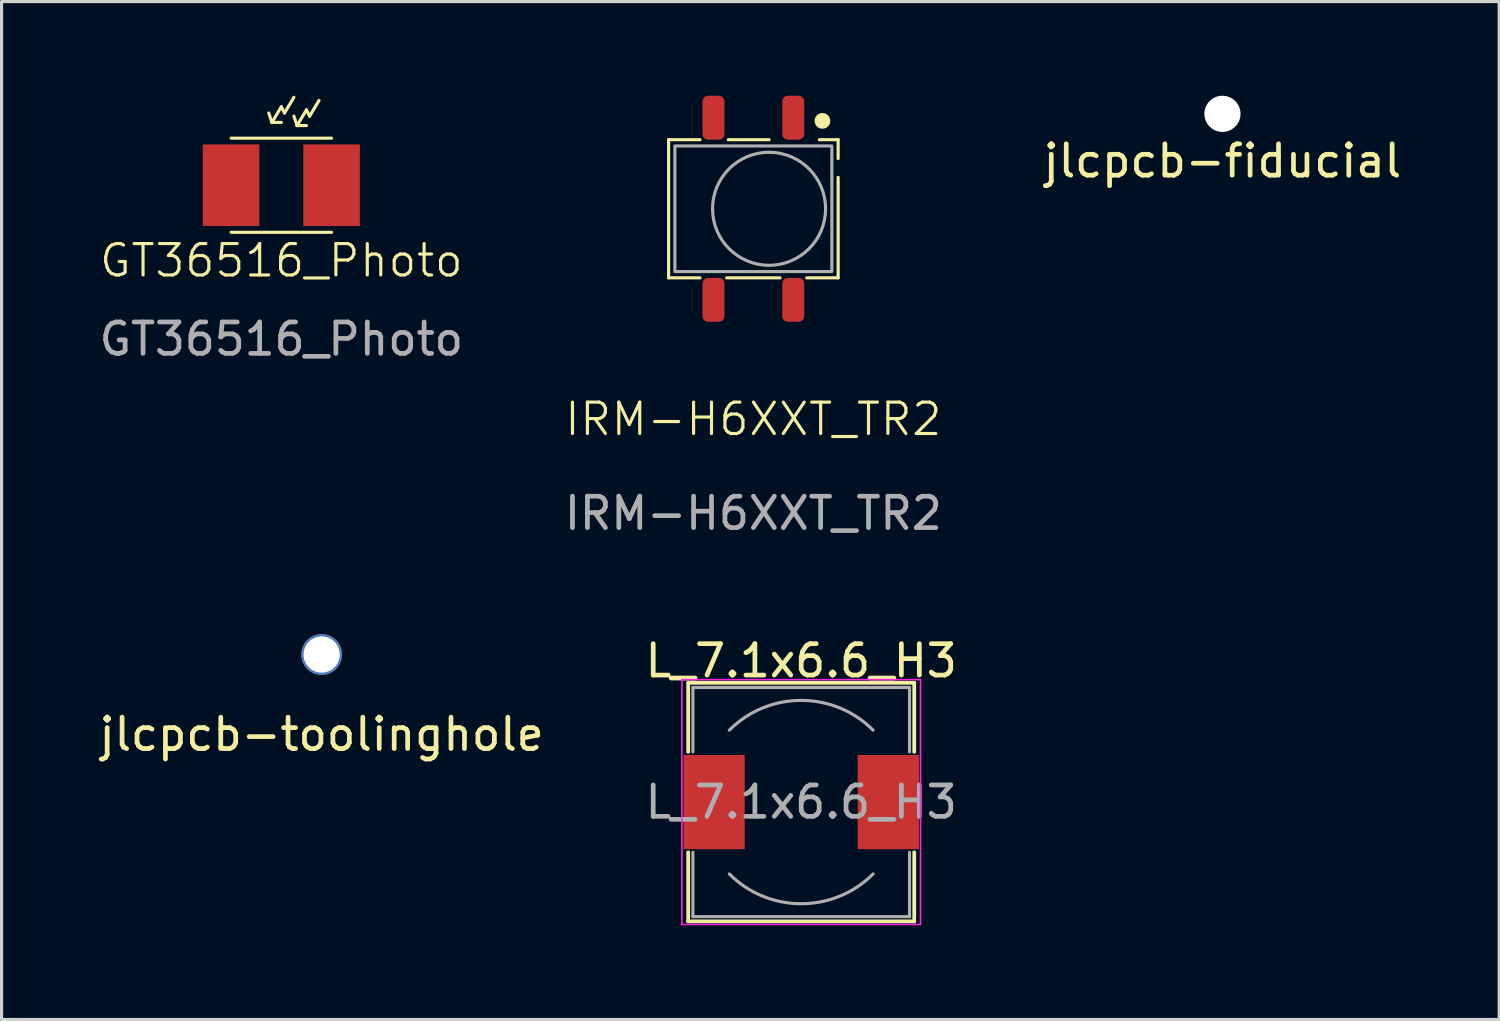
<source format=kicad_pcb>
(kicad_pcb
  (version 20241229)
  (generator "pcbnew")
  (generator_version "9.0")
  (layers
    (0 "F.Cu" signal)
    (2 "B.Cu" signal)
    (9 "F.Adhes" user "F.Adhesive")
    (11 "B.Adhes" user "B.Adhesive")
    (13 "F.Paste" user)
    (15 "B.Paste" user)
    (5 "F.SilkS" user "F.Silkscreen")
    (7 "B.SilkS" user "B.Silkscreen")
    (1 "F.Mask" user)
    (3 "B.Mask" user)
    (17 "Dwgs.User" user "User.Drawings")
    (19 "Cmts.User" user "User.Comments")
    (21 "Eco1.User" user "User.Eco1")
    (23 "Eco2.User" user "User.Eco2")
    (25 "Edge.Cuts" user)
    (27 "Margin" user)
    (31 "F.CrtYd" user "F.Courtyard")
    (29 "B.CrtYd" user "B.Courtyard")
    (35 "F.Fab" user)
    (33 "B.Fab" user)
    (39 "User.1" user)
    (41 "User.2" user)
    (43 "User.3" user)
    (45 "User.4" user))
  (footprint "GT36516_Photo"
    (layer "F.Cu")
    (at 5.911 2.85)
    (property "Reference" "GT36516_Photo" (at 0 2.4 0) (unlocked yes) (layer "F.SilkS") (effects (font (size 1 1) (thickness 0.1))))
    (attr smd)
    (fp_line (start -1.6 -1.5) (end 1.6 -1.5) (stroke (width 0.1) (type default)) (layer "F.SilkS"))
    (fp_line (start -1.6 1.5) (end 1.6 1.5) (stroke (width 0.1) (type default)) (layer "F.SilkS"))
    (fp_line (start -0.3 -2) (end -0.4 -2.3) (stroke (width 0.1) (type default)) (layer "F.SilkS"))
    (fp_line (start -0.3 -2) (end 0 -2) (stroke (width 0.1) (type default)) (layer "F.SilkS"))
    (fp_line (start 0 -2.5) (end -0.3 -2) (stroke (width 0.1) (type default)) (layer "F.SilkS"))
    (fp_line (start 0 -2.5) (end 0.1 -2.3) (stroke (width 0.1) (type default)) (layer "F.SilkS"))
    (fp_line (start 0.4 -2.8) (end 0.1 -2.3) (stroke (width 0.1) (type default)) (layer "F.SilkS"))
    (fp_line (start 0.5 -1.9) (end 0.4 -2.2) (stroke (width 0.1) (type default)) (layer "F.SilkS"))
    (fp_line (start 0.5 -1.9) (end 0.8 -1.9) (stroke (width 0.1) (type default)) (layer "F.SilkS"))
    (fp_line (start 0.8 -2.4) (end 0.5 -1.9) (stroke (width 0.1) (type default)) (layer "F.SilkS"))
    (fp_line (start 0.8 -2.4) (end 0.9 -2.2) (stroke (width 0.1) (type default)) (layer "F.SilkS"))
    (fp_line (start 1.2 -2.7) (end 0.9 -2.2) (stroke (width 0.1) (type default)) (layer "F.SilkS"))
    (fp_text user "${REFERENCE}" (at 0 4.9 0) (unlocked yes) (layer "F.Fab") (effects (font (size 1 1) (thickness 0.15))))
    (pad "1" smd rect (at -1.6 0) (size 1.8 2.6) (layers "F.Cu" "F.Mask" "F.Paste"))
    (pad "2" smd rect (at 1.6 0) (size 1.8 2.6) (layers "F.Cu" "F.Mask" "F.Paste")))
  (footprint "L_7.1x6.6_H3"
    (layer "F.Cu")
    (at 22.47 22.497)
    (property "Reference" "L_7.1x6.6_H3" (at 0 -4.5 0) (layer "F.SilkS") (effects (font (size 1 1) (thickness 0.15))))
    (attr smd)
    (fp_line (start -3.6 -3.8) (end 3.6 -3.8) (stroke (width 0.12) (type solid)) (layer "F.SilkS"))
    (fp_line (start -3.6 -1.6) (end -3.6 -3.8) (stroke (width 0.12) (type solid)) (layer "F.SilkS"))
    (fp_line (start -3.6 3.8) (end -3.6 1.6) (stroke (width 0.12) (type solid)) (layer "F.SilkS"))
    (fp_line (start 3.6 -3.8) (end 3.6 -1.6) (stroke (width 0.12) (type solid)) (layer "F.SilkS"))
    (fp_line (start 3.6 1.6) (end 3.6 3.8) (stroke (width 0.12) (type solid)) (layer "F.SilkS"))
    (fp_line (start 3.6 3.8) (end -3.6 3.8) (stroke (width 0.12) (type solid)) (layer "F.SilkS"))
    (fp_line (start -3.8 -3.9) (end -3.8 3.9) (stroke (width 0.05) (type solid)) (layer "F.CrtYd"))
    (fp_line (start -3.8 3.9) (end 3.8 3.9) (stroke (width 0.05) (type solid)) (layer "F.CrtYd"))
    (fp_line (start 3.8 -3.9) (end -3.8 -3.9) (stroke (width 0.05) (type solid)) (layer "F.CrtYd"))
    (fp_line (start 3.8 3.9) (end 3.8 -3.9) (stroke (width 0.05) (type solid)) (layer "F.CrtYd"))
    (fp_line (start -3.45 -3.65) (end -3.45 -1.6) (stroke (width 0.1) (type solid)) (layer "F.Fab"))
    (fp_line (start -3.45 -3.65) (end 3.45 -3.65) (stroke (width 0.1) (type solid)) (layer "F.Fab"))
    (fp_line (start -3.45 3.65) (end -3.45 1.6) (stroke (width 0.1) (type solid)) (layer "F.Fab"))
    (fp_line (start 3.45 -3.65) (end 3.45 -1.6) (stroke (width 0.1) (type solid)) (layer "F.Fab"))
    (fp_line (start 3.45 3.65) (end -3.45 3.65) (stroke (width 0.1) (type solid)) (layer "F.Fab"))
    (fp_line (start 3.45 3.65) (end 3.45 1.6) (stroke (width 0.1) (type solid)) (layer "F.Fab"))
    (fp_arc (start -2.29 -2.29) (mid 0 -3.238549) (end 2.29 -2.29) (stroke (width 0.1) (type solid)) (layer "F.Fab"))
    (fp_arc (start 2.29 2.29) (mid 0 3.238549) (end -2.29 2.29) (stroke (width 0.1) (type solid)) (layer "F.Fab"))
    (fp_text user "${REFERENCE}" (at 0 0 0) (layer "F.Fab") (effects (font (size 1 1) (thickness 0.15))))
    (pad "1" smd rect (at -2.775 0) (size 1.95 3) (layers "F.Cu" "F.Mask" "F.Paste"))
    (pad "2" smd rect (at 2.775 0) (size 1.95 3) (layers "F.Cu" "F.Mask" "F.Paste")))
  (footprint "jlcpcb-toolinghole"
    (layer "F.Cu")
    (at 7.196 17.798)
    (property "Reference" "jlcpcb-toolinghole" (at 0 2.54 0) (layer "F.SilkS") (effects (font (size 1 1) (thickness 0.15))))
    (attr through_hole)
    (pad "" np_thru_hole circle (at 0 0) (size 1.3 1.3) (drill 1.152) (layers "*.Cu" "*.Mask")))
  (footprint "IRM-H6XXT_TR2"
    (layer "F.Cu")
    (at 20.946 3.6)
    (property "Reference" "IRM-H6XXT_TR2" (at 0 6.7 0) (unlocked yes) (layer "F.SilkS") (effects (font (size 1 1) (thickness 0.1))))
    (attr smd)
    (fp_line (start -2.7 -2.2) (end -1.7 -2.2) (stroke (width 0.1) (type default)) (layer "F.SilkS"))
    (fp_line (start -2.7 2.2) (end -2.7 -2.2) (stroke (width 0.1) (type default)) (layer "F.SilkS"))
    (fp_line (start -1.7 2.2) (end -2.7 2.2) (stroke (width 0.1) (type default)) (layer "F.SilkS"))
    (fp_line (start -0.8 -2.2) (end 0.5 -2.2) (stroke (width 0.1) (type default)) (layer "F.SilkS"))
    (fp_line (start 0.85 2.2) (end -0.85 2.2) (stroke (width 0.1) (type default)) (layer "F.SilkS"))
    (fp_line (start 2.1 -2.2) (end 2.7 -2.2) (stroke (width 0.1) (type default)) (layer "F.SilkS"))
    (fp_line (start 2.7 -2.2) (end 2.7 -1.6) (stroke (width 0.1) (type default)) (layer "F.SilkS"))
    (fp_line (start 2.7 -1) (end 2.7 2.2) (stroke (width 0.1) (type default)) (layer "F.SilkS"))
    (fp_line (start 2.7 2.2) (end 1.7 2.2) (stroke (width 0.1) (type default)) (layer "F.SilkS"))
    (fp_circle (center 2.2 -2.8) (end 2.4 -2.8) (stroke (width 0.1) (type solid)) (fill yes) (layer "F.SilkS"))
    (fp_rect (start -2.5 -2) (end 2.5 2) (stroke (width 0.1) (type default)) (fill no) (layer "F.Fab"))
    (fp_circle (center 0.5 0) (end 0.5 -1.8) (stroke (width 0.1) (type default)) (fill no) (layer "F.Fab"))
    (fp_text user "${REFERENCE}" (at 0 9.7 0) (unlocked yes) (layer "F.Fab") (effects (font (size 1 1) (thickness 0.15))))
    (pad "1" smd roundrect (at 1.27 -2.9) (size 0.7 1.4) (layers "F.Cu" "F.Mask" "F.Paste") (roundrect_rratio 0.25))
    (pad "2" smd roundrect (at -1.27 -2.9) (size 0.7 1.4) (layers "F.Cu" "F.Mask" "F.Paste") (roundrect_rratio 0.25))
    (pad "3" smd roundrect (at -1.27 2.9) (size 0.7 1.4) (layers "F.Cu" "F.Mask" "F.Paste") (roundrect_rratio 0.25))
    (pad "4" smd roundrect (at 1.27 2.9) (size 0.7 1.4) (layers "F.Cu" "F.Mask" "F.Paste") (roundrect_rratio 0.25)))
  (footprint "jlcpcb-fiducial"
    (layer "F.Cu")
    (at 35.887 0.576)
    (property "Reference" "jlcpcb-fiducial" (at 0 1.5 0) (layer "F.SilkS") (effects (font (size 1 1) (thickness 0.15))))
    (attr through_hole)
    (pad "" np_thru_hole circle (at 0 0) (size 1.152 1.152) (drill 1.152) (layers "*.Cu" "*.Mask")))
  (gr_rect
    (start -3 -3)
    (end 44.702 29.422)
    (stroke (width 0.1) (type default))
    (fill no)
    (layer "Edge.Cuts")))
</source>
